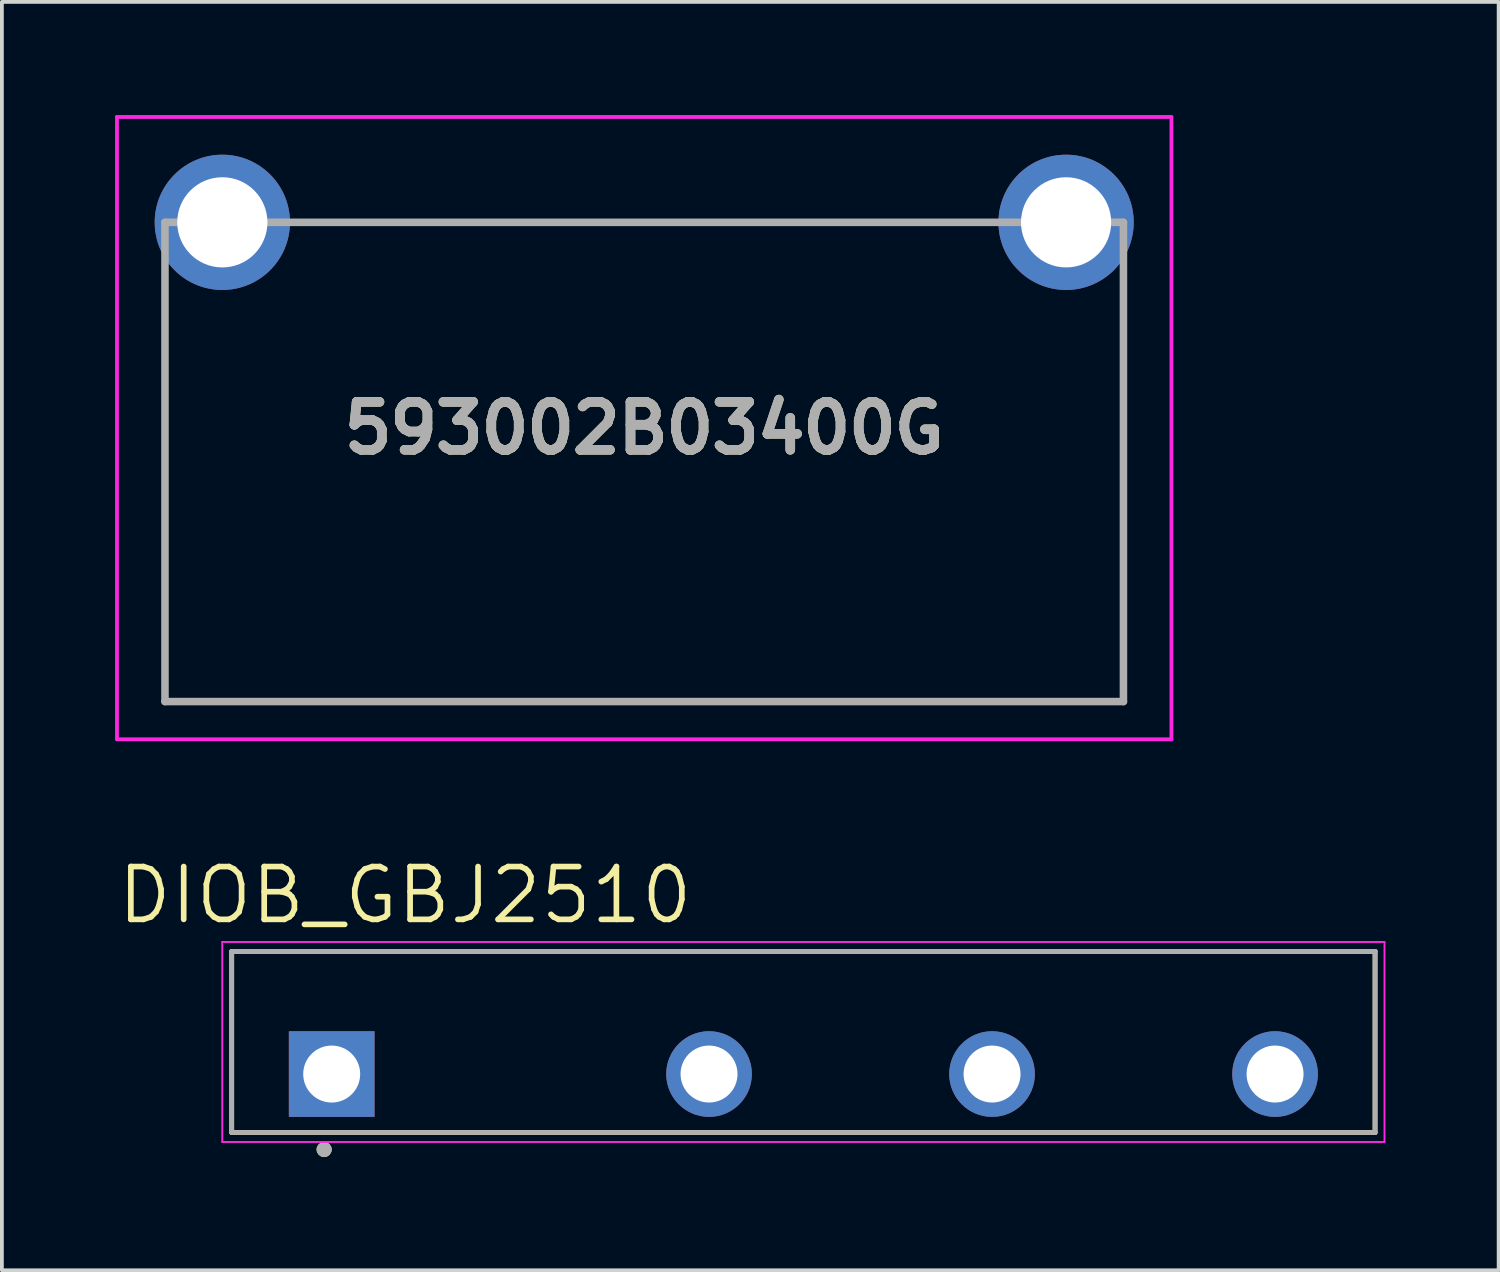
<source format=kicad_pcb>
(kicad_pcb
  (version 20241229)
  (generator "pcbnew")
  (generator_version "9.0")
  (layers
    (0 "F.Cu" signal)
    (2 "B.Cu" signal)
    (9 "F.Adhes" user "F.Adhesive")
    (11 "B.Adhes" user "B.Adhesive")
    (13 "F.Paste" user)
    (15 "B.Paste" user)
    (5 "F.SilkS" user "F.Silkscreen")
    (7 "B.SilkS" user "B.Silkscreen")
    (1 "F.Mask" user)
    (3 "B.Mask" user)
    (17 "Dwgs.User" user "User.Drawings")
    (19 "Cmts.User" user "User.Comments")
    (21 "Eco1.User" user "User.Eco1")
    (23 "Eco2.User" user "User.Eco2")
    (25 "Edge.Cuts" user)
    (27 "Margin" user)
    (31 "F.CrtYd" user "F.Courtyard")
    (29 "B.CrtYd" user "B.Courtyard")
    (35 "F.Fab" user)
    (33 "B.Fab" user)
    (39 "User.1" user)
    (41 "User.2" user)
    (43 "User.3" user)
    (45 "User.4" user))
  (footprint "593002B03400G"
    (layer "F.Cu")
    (at 2.842 2.842)
    (property "Reference" "593002B03400G" (at 11.18 5.454 0) (layer "F.SilkS") (effects (font (size 1.27 1.27) (thickness 0.254))))
    (attr through_hole)
    (fp_line (start -1.52 2) (end -1.52 12.7) (stroke (width 0.1) (type solid)) (layer "F.SilkS"))
    (fp_line (start -1.52 12.7) (end 23.88 12.7) (stroke (width 0.1) (type solid)) (layer "F.SilkS"))
    (fp_line (start 2.18 0) (end 20.18 0) (stroke (width 0.1) (type solid)) (layer "F.SilkS"))
    (fp_line (start 23.88 12.7) (end 23.88 2) (stroke (width 0.1) (type solid)) (layer "F.SilkS"))
    (fp_line (start -2.792 -2.792) (end 25.152 -2.792) (stroke (width 0.1) (type solid)) (layer "F.CrtYd"))
    (fp_line (start -2.792 13.7) (end -2.792 -2.792) (stroke (width 0.1) (type solid)) (layer "F.CrtYd"))
    (fp_line (start 25.152 -2.792) (end 25.152 13.7) (stroke (width 0.1) (type solid)) (layer "F.CrtYd"))
    (fp_line (start 25.152 13.7) (end -2.792 13.7) (stroke (width 0.1) (type solid)) (layer "F.CrtYd"))
    (fp_line (start -1.52 0) (end 23.88 0) (stroke (width 0.2) (type solid)) (layer "F.Fab"))
    (fp_line (start -1.52 12.7) (end -1.52 0) (stroke (width 0.2) (type solid)) (layer "F.Fab"))
    (fp_line (start 23.88 0) (end 23.88 12.7) (stroke (width 0.2) (type solid)) (layer "F.Fab"))
    (fp_line (start 23.88 12.7) (end -1.52 12.7) (stroke (width 0.2) (type solid)) (layer "F.Fab"))
    (fp_text user "${REFERENCE}" (at 11.18 5.454 0) (layer "F.Fab") (effects (font (size 1.27 1.27) (thickness 0.254))))
    (pad "1" thru_hole circle (at 0 0) (size 3.585 3.585) (drill 2.39) (layers "*.Cu" "*.Mask"))
    (pad "2" thru_hole circle (at 22.36 0) (size 3.585 3.585) (drill 2.39) (layers "*.Cu" "*.Mask")))
  (footprint "DIOB_GBJ2510"
    (layer "F.Cu")
    (at 18.24 24.563)
    (property "Reference" "DIOB_GBJ2510" (at -10.555 -3.889 0) (layer "F.SilkS") (effects (font (size 1.4 1.4) (thickness 0.15))))
    (attr through_hole)
    (fp_line (start -15.15 -2.4) (end -15.15 2.4) (stroke (width 0.127) (type solid)) (layer "F.SilkS"))
    (fp_line (start -15.15 2.4) (end 15.15 2.4) (stroke (width 0.127) (type solid)) (layer "F.SilkS"))
    (fp_line (start 15.15 -2.4) (end -15.15 -2.4) (stroke (width 0.127) (type solid)) (layer "F.SilkS"))
    (fp_line (start 15.15 2.4) (end 15.15 -2.4) (stroke (width 0.127) (type solid)) (layer "F.SilkS"))
    (fp_circle (center -12.7 2.85) (end -12.6 2.85) (stroke (width 0.2) (type solid)) (fill no) (layer "F.SilkS"))
    (fp_line (start -15.4 -2.65) (end 15.4 -2.65) (stroke (width 0.05) (type solid)) (layer "F.CrtYd"))
    (fp_line (start -15.4 2.65) (end -15.4 -2.65) (stroke (width 0.05) (type solid)) (layer "F.CrtYd"))
    (fp_line (start 15.4 -2.65) (end 15.4 2.65) (stroke (width 0.05) (type solid)) (layer "F.CrtYd"))
    (fp_line (start 15.4 2.65) (end -15.4 2.65) (stroke (width 0.05) (type solid)) (layer "F.CrtYd"))
    (fp_line (start -15.15 -2.4) (end -15.15 2.4) (stroke (width 0.127) (type solid)) (layer "F.Fab"))
    (fp_line (start -15.15 2.4) (end 15.15 2.4) (stroke (width 0.127) (type solid)) (layer "F.Fab"))
    (fp_line (start 15.15 -2.4) (end -15.15 -2.4) (stroke (width 0.127) (type solid)) (layer "F.Fab"))
    (fp_line (start 15.15 2.4) (end 15.15 -2.4) (stroke (width 0.127) (type solid)) (layer "F.Fab"))
    (fp_circle (center -12.7 2.85) (end -12.6 2.85) (stroke (width 0.2) (type solid)) (fill no) (layer "F.Fab"))
    (pad "1" thru_hole rect (at -12.5 0.85) (size 2.27 2.27) (drill 1.51) (layers "*.Cu" "*.Mask"))
    (pad "2" thru_hole circle (at -2.5 0.85) (size 2.27 2.27) (drill 1.51) (layers "*.Cu" "*.Mask"))
    (pad "3" thru_hole circle (at 5 0.85) (size 2.27 2.27) (drill 1.51) (layers "*.Cu" "*.Mask"))
    (pad "4" thru_hole circle (at 12.5 0.85) (size 2.27 2.27) (drill 1.51) (layers "*.Cu" "*.Mask")))
  (gr_rect
    (start -3 -3)
    (end 36.665 30.613)
    (stroke (width 0.1) (type default))
    (fill no)
    (layer "Edge.Cuts")))
</source>
